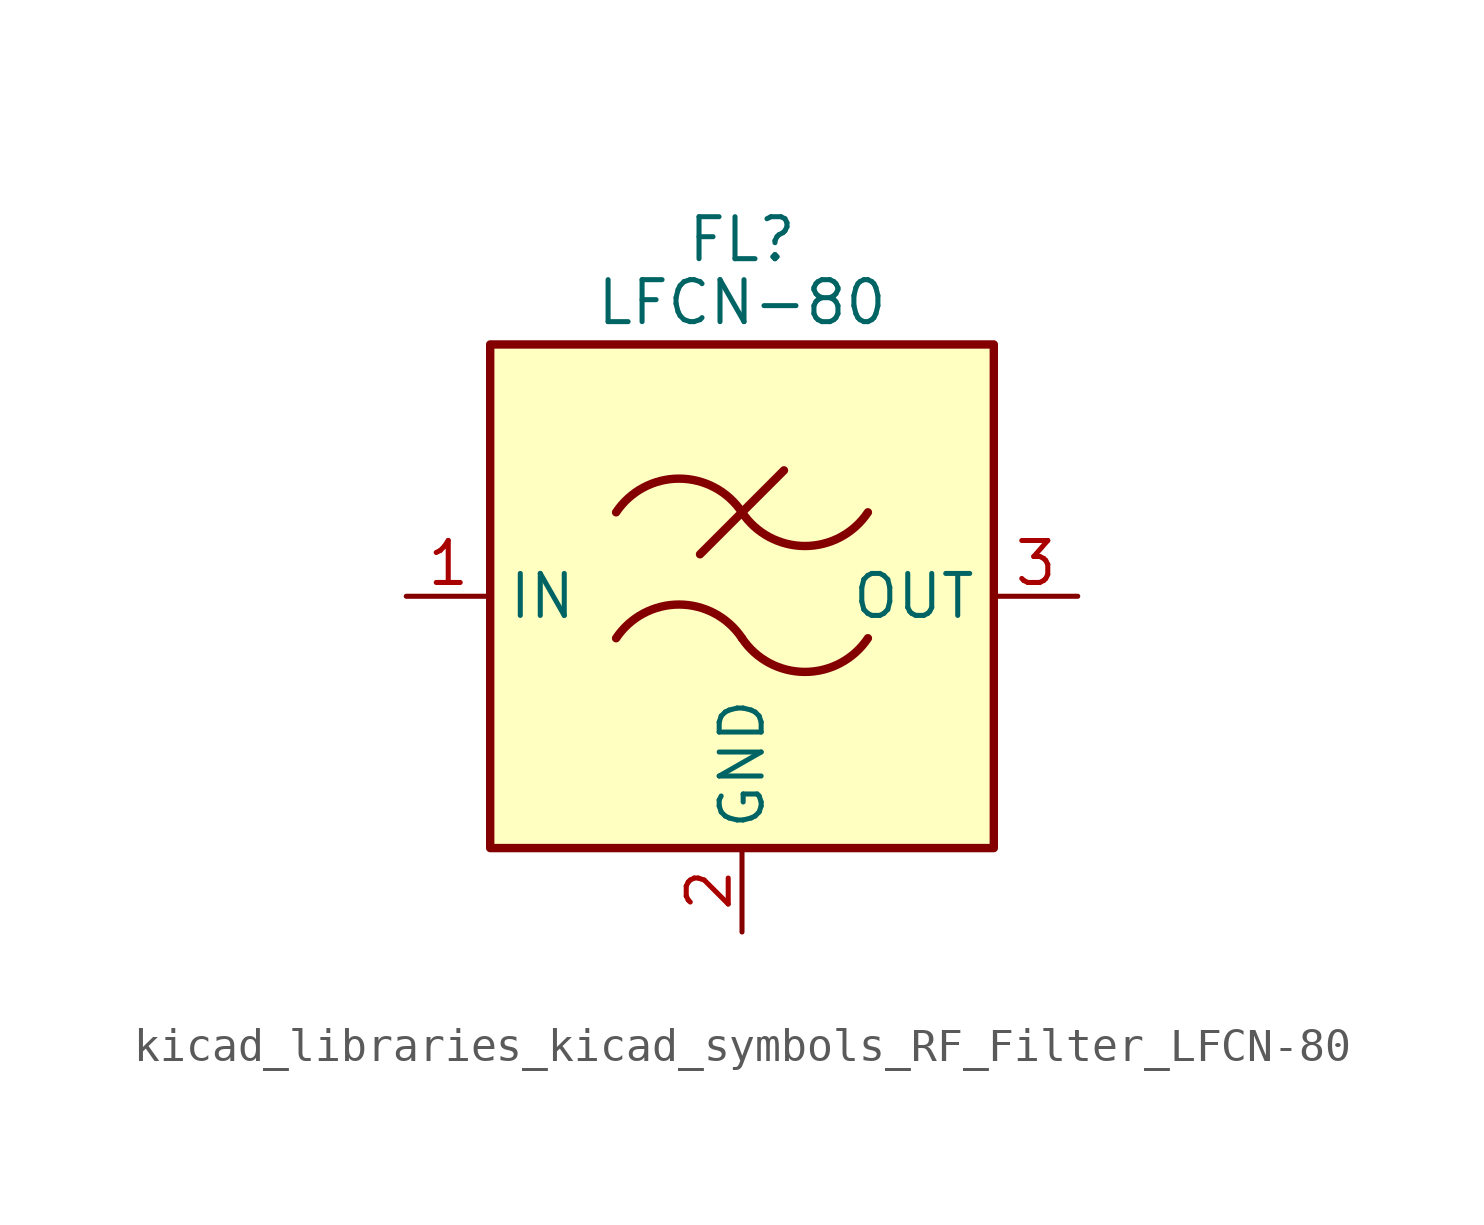
<source format=kicad_sym>
(kicad_symbol_lib
  (version 20220914)
  (generator kicad_symbol_editor)
  (symbol "kicad_libraries_kicad_symbols_RF_Filter_LFCN-80"
    (property "Reference" "FL"
      (at 0 10.795 0)
      (effects (font (size 1.27 1.27))))
    (property "Value" "LFCN-80"
      (at 0 8.89 0)
      (effects (font (size 1.27 1.27))))
    (symbol "kicad_libraries_kicad_symbols_RF_Filter_LFCN-80_0_1"
      (rectangle (start -7.62 7.62) (end 7.62 -7.62) (stroke (width 0.254) (type default)) (fill (type background)))
      (arc (start 0 -1.27) (mid -1.905 -0.2505) (end -3.81 -1.27) (stroke (width 0.254) (type default)) (fill (type none)))
      (arc (start 0 -1.27) (mid 1.905 -2.2895) (end 3.81 -1.27) (stroke (width 0.254) (type default)) (fill (type none)))
      (polyline (pts (xy -1.27 1.27) (xy 1.27 3.81)) (stroke (width 0.254) (type default)) (fill (type none)))
      (arc (start 0 2.54) (mid -1.905 3.5595) (end -3.81 2.54) (stroke (width 0.254) (type default)) (fill (type none)))
      (arc (start 0 2.54) (mid 1.905 1.5205) (end 3.81 2.54) (stroke (width 0.254) (type default)) (fill (type none))))
    (symbol "kicad_libraries_kicad_symbols_RF_Filter_LFCN-80_1_1"
      (pin passive line (at -10.16 0 0) (length 2.54) (name "IN" (effects (font (size 1.27 1.27)))) (number "1" (effects (font (size 1.27 1.27)))))
      (pin passive line (at 0 -10.16 90) (length 2.54) (name "GND" (effects (font (size 1.27 1.27)))) (number "2" (effects (font (size 1.27 1.27)))))
      (pin passive line (at 10.16 0 180) (length 2.54) (name "OUT" (effects (font (size 1.27 1.27)))) (number "3" (effects (font (size 1.27 1.27)))))
      (pin passive line (at 0 -10.16 90) (length 2.54) hide (name "GND" (effects (font (size 1.27 1.27)))) (number "4" (effects (font (size 1.27 1.27))))))))
</source>
